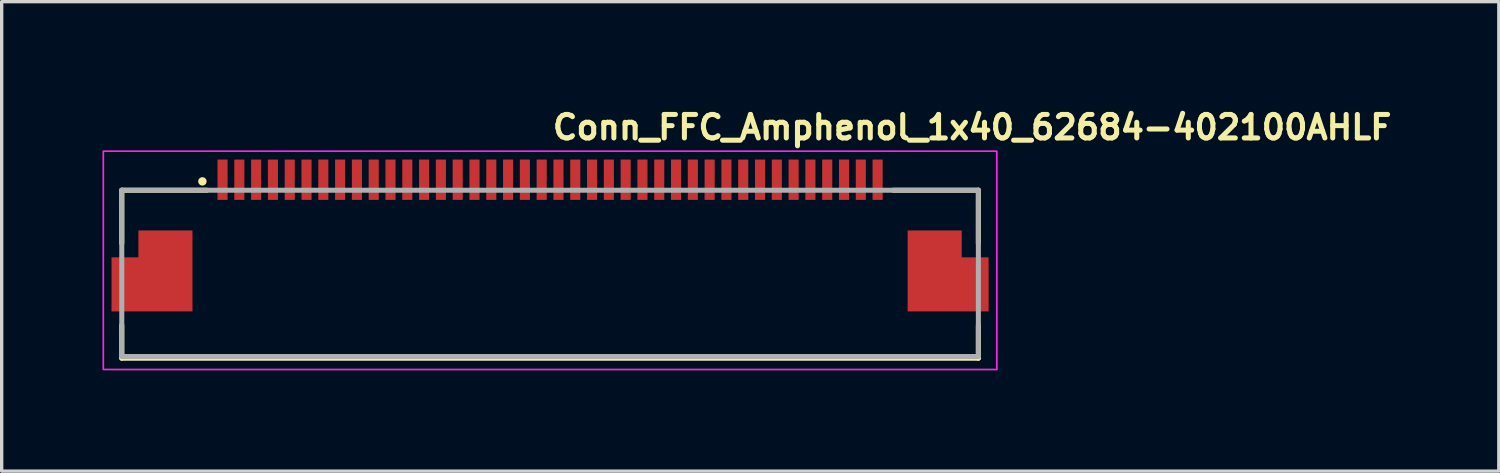
<source format=kicad_pcb>
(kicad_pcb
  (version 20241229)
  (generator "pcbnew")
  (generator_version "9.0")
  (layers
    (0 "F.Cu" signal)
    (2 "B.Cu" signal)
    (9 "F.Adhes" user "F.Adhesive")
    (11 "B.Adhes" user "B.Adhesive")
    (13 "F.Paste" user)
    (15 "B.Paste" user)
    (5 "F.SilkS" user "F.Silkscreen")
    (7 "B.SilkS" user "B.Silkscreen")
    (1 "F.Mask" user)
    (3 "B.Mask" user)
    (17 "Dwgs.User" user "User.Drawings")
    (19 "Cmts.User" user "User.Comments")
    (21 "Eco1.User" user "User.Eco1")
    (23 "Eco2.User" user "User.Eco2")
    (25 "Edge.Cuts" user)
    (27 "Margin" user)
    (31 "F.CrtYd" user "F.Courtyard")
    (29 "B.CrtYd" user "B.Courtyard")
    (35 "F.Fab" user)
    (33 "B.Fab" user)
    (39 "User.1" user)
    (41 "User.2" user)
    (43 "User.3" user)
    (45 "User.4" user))
  (footprint "Conn_FFC_Amphenol_1x40_62684-402100AHLF"
    (layer "F.Cu")
    (at 13.325 4.85)
    (property "Reference" "Conn_FFC_Amphenol_1x40_62684-402100AHLF" (at 0 -3.7 0) (layer "F.SilkS") (effects (font (size 0.7 0.7) (thickness 0.15)) (justify left bottom)))
    (attr smd)
    (fp_poly (pts (xy -10.55 -1.137) (xy -12.35 -1.137) (xy -12.35 -0.337) (xy -13.15 -0.337) (xy -13.15 1.463) (xy -10.55 1.463)) (stroke (width 0.01) (type solid)) (fill yes) (layer "F.Mask"))
    (fp_poly (pts (xy 10.55 -1.137) (xy 12.35 -1.137) (xy 12.35 -0.337) (xy 13.15 -0.337) (xy 13.15 1.463) (xy 10.55 1.463)) (stroke (width 0.01) (type solid)) (fill yes) (layer "F.Mask"))
    (fp_line (start -12.75 -2.237) (end -12.75 -0.657) (stroke (width 0.15) (type solid)) (layer "F.SilkS"))
    (fp_line (start -12.75 -2.237) (end -10.22 -2.237) (stroke (width 0.15) (type solid)) (layer "F.SilkS"))
    (fp_line (start -12.75 2.763) (end -12.75 1.783) (stroke (width 0.15) (type solid)) (layer "F.SilkS"))
    (fp_line (start 12.75 -2.237) (end 10.22 -2.237) (stroke (width 0.15) (type solid)) (layer "F.SilkS"))
    (fp_line (start 12.75 -0.657) (end 12.75 -2.237) (stroke (width 0.15) (type solid)) (layer "F.SilkS"))
    (fp_line (start 12.75 1.783) (end 12.75 2.763) (stroke (width 0.15) (type solid)) (layer "F.SilkS"))
    (fp_line (start 12.75 2.763) (end -12.75 2.763) (stroke (width 0.15) (type solid)) (layer "F.SilkS"))
    (fp_circle (center -10.35 -2.5) (end -10.3 -2.5) (stroke (width 0.15) (type solid)) (fill yes) (layer "F.SilkS"))
    (fp_poly (pts (xy -10.65 -1.037) (xy -12.25 -1.037) (xy -12.25 -0.237) (xy -13.05 -0.237) (xy -13.05 1.363) (xy -10.65 1.363)) (stroke (width 0.01) (type solid)) (fill yes) (layer "F.Paste"))
    (fp_poly (pts (xy 10.65 -1.037) (xy 12.25 -1.037) (xy 12.25 -0.237) (xy 13.05 -0.237) (xy 13.05 1.363) (xy 10.65 1.363)) (stroke (width 0.01) (type solid)) (fill yes) (layer "F.Paste"))
    (fp_rect (start -13.3 -3.4) (end 13.3 3.1) (stroke (width 0.05) (type solid)) (fill no) (layer "F.CrtYd"))
    (fp_line (start -12.75 -2.237) (end 12.75 -2.237) (stroke (width 0.15) (type solid)) (layer "F.Fab"))
    (fp_line (start -12.75 2.7) (end -12.75 -2.237) (stroke (width 0.15) (type solid)) (layer "F.Fab"))
    (fp_line (start 12.75 -2.237) (end 12.75 2.7) (stroke (width 0.15) (type solid)) (layer "F.Fab"))
    (fp_line (start 12.75 2.713) (end -12.75 2.713) (stroke (width 0.15) (type solid)) (layer "F.Fab"))
    (fp_rect (start -12.75 -2.8) (end 12.75 2.8) (stroke (width 0.1) (type solid)) (fill no) (layer "User.5"))
    (fp_line (start -12.75 0.1) (end -12.15 0.1) (stroke (width 0.02) (type solid)) (layer "User.9"))
    (fp_line (start -12.75 0.35) (end -12.75 0.1) (stroke (width 0.02) (type solid)) (layer "User.9"))
    (fp_line (start -12.75 0.85) (end -12.5 0.85) (stroke (width 0.02) (type solid)) (layer "User.9"))
    (fp_line (start -12.75 1.1) (end -12.75 0.85) (stroke (width 0.02) (type solid)) (layer "User.9"))
    (fp_line (start -12.75 1.8) (end -12.75 2.6) (stroke (width 0.02) (type solid)) (layer "User.9"))
    (fp_line (start -12.75 2.61) (end -12.75 2.6) (stroke (width 0.02) (type solid)) (layer "User.9"))
    (fp_line (start -12.749 2.62) (end -12.75 2.61) (stroke (width 0.02) (type solid)) (layer "User.9"))
    (fp_line (start -12.748 2.63) (end -12.749 2.62) (stroke (width 0.02) (type solid)) (layer "User.9"))
    (fp_line (start -12.746 2.64) (end -12.748 2.63) (stroke (width 0.02) (type solid)) (layer "User.9"))
    (fp_line (start -12.744 2.65) (end -12.746 2.64) (stroke (width 0.02) (type solid)) (layer "User.9"))
    (fp_line (start -12.741 2.659) (end -12.744 2.65) (stroke (width 0.02) (type solid)) (layer "User.9"))
    (fp_line (start -12.738 2.669) (end -12.741 2.659) (stroke (width 0.02) (type solid)) (layer "User.9"))
    (fp_line (start -12.734 2.678) (end -12.738 2.669) (stroke (width 0.02) (type solid)) (layer "User.9"))
    (fp_line (start -12.73 2.687) (end -12.734 2.678) (stroke (width 0.02) (type solid)) (layer "User.9"))
    (fp_line (start -12.726 2.695) (end -12.73 2.687) (stroke (width 0.02) (type solid)) (layer "User.9"))
    (fp_line (start -12.721 2.704) (end -12.726 2.695) (stroke (width 0.02) (type solid)) (layer "User.9"))
    (fp_line (start -12.716 2.712) (end -12.721 2.704) (stroke (width 0.02) (type solid)) (layer "User.9"))
    (fp_line (start -12.71 2.72) (end -12.716 2.712) (stroke (width 0.02) (type solid)) (layer "User.9"))
    (fp_line (start -12.704 2.727) (end -12.71 2.72) (stroke (width 0.02) (type solid)) (layer "User.9"))
    (fp_line (start -12.698 2.734) (end -12.704 2.727) (stroke (width 0.02) (type solid)) (layer "User.9"))
    (fp_line (start -12.691 2.741) (end -12.698 2.734) (stroke (width 0.02) (type solid)) (layer "User.9"))
    (fp_line (start -12.684 2.748) (end -12.691 2.741) (stroke (width 0.02) (type solid)) (layer "User.9"))
    (fp_line (start -12.677 2.754) (end -12.684 2.748) (stroke (width 0.02) (type solid)) (layer "User.9"))
    (fp_line (start -12.67 2.76) (end -12.677 2.754) (stroke (width 0.02) (type solid)) (layer "User.9"))
    (fp_line (start -12.662 2.766) (end -12.67 2.76) (stroke (width 0.02) (type solid)) (layer "User.9"))
    (fp_line (start -12.654 2.771) (end -12.662 2.766) (stroke (width 0.02) (type solid)) (layer "User.9"))
    (fp_line (start -12.645 2.776) (end -12.654 2.771) (stroke (width 0.02) (type solid)) (layer "User.9"))
    (fp_line (start -12.637 2.78) (end -12.645 2.776) (stroke (width 0.02) (type solid)) (layer "User.9"))
    (fp_line (start -12.628 2.784) (end -12.637 2.78) (stroke (width 0.02) (type solid)) (layer "User.9"))
    (fp_line (start -12.619 2.788) (end -12.628 2.784) (stroke (width 0.02) (type solid)) (layer "User.9"))
    (fp_line (start -12.609 2.791) (end -12.619 2.788) (stroke (width 0.02) (type solid)) (layer "User.9"))
    (fp_line (start -12.6 2.794) (end -12.609 2.791) (stroke (width 0.02) (type solid)) (layer "User.9"))
    (fp_line (start -12.59 2.796) (end -12.6 2.794) (stroke (width 0.02) (type solid)) (layer "User.9"))
    (fp_line (start -12.58 2.798) (end -12.59 2.796) (stroke (width 0.02) (type solid)) (layer "User.9"))
    (fp_line (start -12.57 2.799) (end -12.58 2.798) (stroke (width 0.02) (type solid)) (layer "User.9"))
    (fp_line (start -12.56 2.8) (end -12.57 2.799) (stroke (width 0.02) (type solid)) (layer "User.9"))
    (fp_line (start -12.55 1.8) (end -12.75 1.8) (stroke (width 0.02) (type solid)) (layer "User.9"))
    (fp_line (start -12.55 2.8) (end -12.56 2.8) (stroke (width 0.02) (type solid)) (layer "User.9"))
    (fp_line (start -12.55 2.8) (end -10.525 2.8) (stroke (width 0.02) (type solid)) (layer "User.9"))
    (fp_line (start -12.55 2.8) (end -10.525 2.8) (stroke (width 0.02) (type solid)) (layer "User.9"))
    (fp_line (start -12.5 0.35) (end -12.75 0.35) (stroke (width 0.02) (type solid)) (layer "User.9"))
    (fp_line (start -12.5 0.85) (end -12.5 0.35) (stroke (width 0.02) (type solid)) (layer "User.9"))
    (fp_line (start -12.217 1.1) (end -12.75 1.1) (stroke (width 0.02) (type solid)) (layer "User.9"))
    (fp_line (start -12.15 -2) (end -11.95 -2.2) (stroke (width 0.02) (type solid)) (layer "User.9"))
    (fp_line (start -12.15 0.245) (end -12.272 1.8) (stroke (width 0.02) (type solid)) (layer "User.9"))
    (fp_line (start -12.15 1.3) (end -12.15 -2) (stroke (width 0.02) (type solid)) (layer "User.9"))
    (fp_line (start -11.75 1.7) (end -12.15 1.3) (stroke (width 0.02) (type solid)) (layer "User.9"))
    (fp_line (start -11.466 1.709) (end -11.479 1.7) (stroke (width 0.02) (type solid)) (layer "User.9"))
    (fp_line (start -11.453 1.718) (end -11.466 1.709) (stroke (width 0.02) (type solid)) (layer "User.9"))
    (fp_line (start -11.439 1.726) (end -11.453 1.718) (stroke (width 0.02) (type solid)) (layer "User.9"))
    (fp_line (start -11.426 1.734) (end -11.439 1.726) (stroke (width 0.02) (type solid)) (layer "User.9"))
    (fp_line (start -11.412 1.742) (end -11.426 1.734) (stroke (width 0.02) (type solid)) (layer "User.9"))
    (fp_line (start -11.398 1.749) (end -11.412 1.742) (stroke (width 0.02) (type solid)) (layer "User.9"))
    (fp_line (start -11.384 1.756) (end -11.398 1.749) (stroke (width 0.02) (type solid)) (layer "User.9"))
    (fp_line (start -11.37 1.762) (end -11.384 1.756) (stroke (width 0.02) (type solid)) (layer "User.9"))
    (fp_line (start -11.355 1.768) (end -11.37 1.762) (stroke (width 0.02) (type solid)) (layer "User.9"))
    (fp_line (start -11.34 1.774) (end -11.383 1.7) (stroke (width 0.02) (type solid)) (layer "User.9"))
    (fp_line (start -11.34 1.774) (end -11.355 1.768) (stroke (width 0.02) (type solid)) (layer "User.9"))
    (fp_line (start -11.326 1.779) (end -11.34 1.774) (stroke (width 0.02) (type solid)) (layer "User.9"))
    (fp_line (start -11.311 1.784) (end -11.326 1.779) (stroke (width 0.02) (type solid)) (layer "User.9"))
    (fp_line (start -11.296 1.789) (end -11.311 1.784) (stroke (width 0.02) (type solid)) (layer "User.9"))
    (fp_line (start -11.281 1.793) (end -11.296 1.789) (stroke (width 0.02) (type solid)) (layer "User.9"))
    (fp_line (start -11.265 1.797) (end -11.281 1.793) (stroke (width 0.02) (type solid)) (layer "User.9"))
    (fp_line (start -11.25 1.8) (end -11.265 1.797) (stroke (width 0.02) (type solid)) (layer "User.9"))
    (fp_line (start -11.025 1.8) (end -11.025 1.7) (stroke (width 0.02) (type solid)) (layer "User.9"))
    (fp_line (start -10.525 2.8) (end -10.325 2.8) (stroke (width 0.02) (type solid)) (layer "User.9"))
    (fp_line (start -10.516 2.8) (end -10.525 2.8) (stroke (width 0.02) (type solid)) (layer "User.9"))
    (fp_line (start -10.507 2.799) (end -10.516 2.8) (stroke (width 0.02) (type solid)) (layer "User.9"))
    (fp_line (start -10.498 2.798) (end -10.507 2.799) (stroke (width 0.02) (type solid)) (layer "User.9"))
    (fp_line (start -10.489 2.797) (end -10.498 2.798) (stroke (width 0.02) (type solid)) (layer "User.9"))
    (fp_line (start -10.479 2.795) (end -10.489 2.797) (stroke (width 0.02) (type solid)) (layer "User.9"))
    (fp_line (start -10.47 2.792) (end -10.479 2.795) (stroke (width 0.02) (type solid)) (layer "User.9"))
    (fp_line (start -10.461 2.789) (end -10.47 2.792) (stroke (width 0.02) (type solid)) (layer "User.9"))
    (fp_line (start -10.451 2.786) (end -10.461 2.789) (stroke (width 0.02) (type solid)) (layer "User.9"))
    (fp_line (start -10.442 2.782) (end -10.451 2.786) (stroke (width 0.02) (type solid)) (layer "User.9"))
    (fp_line (start -10.433 2.778) (end -10.442 2.782) (stroke (width 0.02) (type solid)) (layer "User.9"))
    (fp_line (start -10.424 2.773) (end -10.433 2.778) (stroke (width 0.02) (type solid)) (layer "User.9"))
    (fp_line (start -10.416 2.767) (end -10.424 2.773) (stroke (width 0.02) (type solid)) (layer "User.9"))
    (fp_line (start -10.407 2.762) (end -10.416 2.767) (stroke (width 0.02) (type solid)) (layer "User.9"))
    (fp_line (start -10.399 2.755) (end -10.407 2.762) (stroke (width 0.02) (type solid)) (layer "User.9"))
    (fp_line (start -10.391 2.749) (end -10.399 2.755) (stroke (width 0.02) (type solid)) (layer "User.9"))
    (fp_line (start -10.384 2.741) (end -10.391 2.749) (stroke (width 0.02) (type solid)) (layer "User.9"))
    (fp_line (start -10.384 2.741) (end -10.384 2.741) (stroke (width 0.02) (type solid)) (layer "User.9"))
    (fp_line (start -10.376 2.734) (end -10.384 2.741) (stroke (width 0.02) (type solid)) (layer "User.9"))
    (fp_line (start -10.37 2.726) (end -10.376 2.734) (stroke (width 0.02) (type solid)) (layer "User.9"))
    (fp_line (start -10.363 2.718) (end -10.37 2.726) (stroke (width 0.02) (type solid)) (layer "User.9"))
    (fp_line (start -10.358 2.709) (end -10.363 2.718) (stroke (width 0.02) (type solid)) (layer "User.9"))
    (fp_line (start -10.352 2.701) (end -10.358 2.709) (stroke (width 0.02) (type solid)) (layer "User.9"))
    (fp_line (start -10.347 2.692) (end -10.352 2.701) (stroke (width 0.02) (type solid)) (layer "User.9"))
    (fp_line (start -10.343 2.683) (end -10.347 2.692) (stroke (width 0.02) (type solid)) (layer "User.9"))
    (fp_line (start -10.339 2.674) (end -10.343 2.683) (stroke (width 0.02) (type solid)) (layer "User.9"))
    (fp_line (start -10.336 2.664) (end -10.339 2.674) (stroke (width 0.02) (type solid)) (layer "User.9"))
    (fp_line (start -10.333 2.655) (end -10.336 2.664) (stroke (width 0.02) (type solid)) (layer "User.9"))
    (fp_line (start -10.33 2.646) (end -10.333 2.655) (stroke (width 0.02) (type solid)) (layer "User.9"))
    (fp_line (start -10.328 2.636) (end -10.33 2.646) (stroke (width 0.02) (type solid)) (layer "User.9"))
    (fp_line (start -10.327 2.627) (end -10.328 2.636) (stroke (width 0.02) (type solid)) (layer "User.9"))
    (fp_line (start -10.326 2.618) (end -10.327 2.627) (stroke (width 0.02) (type solid)) (layer "User.9"))
    (fp_line (start -10.325 1.7) (end -11.75 1.7) (stroke (width 0.02) (type solid)) (layer "User.9"))
    (fp_line (start -10.325 1.8) (end -12.55 1.8) (stroke (width 0.02) (type solid)) (layer "User.9"))
    (fp_line (start -10.325 2.6) (end -10.325 2.609) (stroke (width 0.02) (type solid)) (layer "User.9"))
    (fp_line (start -10.325 2.609) (end -10.326 2.618) (stroke (width 0.02) (type solid)) (layer "User.9"))
    (fp_line (start -10.325 2.8) (end -10.325 1.7) (stroke (width 0.02) (type solid)) (layer "User.9"))
    (fp_line (start -10.325 2.8) (end 10.325 2.8) (stroke (width 0.02) (type solid)) (layer "User.9"))
    (fp_line (start -9.85 -2.8) (end -9.85 -2.3) (stroke (width 0.02) (type solid)) (layer "User.9"))
    (fp_line (start -9.85 -2.3) (end -9.85 -2.2) (stroke (width 0.02) (type solid)) (layer "User.9"))
    (fp_line (start -9.65 -2.8) (end -9.85 -2.8) (stroke (width 0.02) (type solid)) (layer "User.9"))
    (fp_line (start -9.65 -2.8) (end -9.65 -2.3) (stroke (width 0.02) (type solid)) (layer "User.9"))
    (fp_line (start -9.65 -2.3) (end -9.85 -2.3) (stroke (width 0.02) (type solid)) (layer "User.9"))
    (fp_line (start -9.65 -2.3) (end -9.65 -2.2) (stroke (width 0.02) (type solid)) (layer "User.9"))
    (fp_line (start -9.35 -2.8) (end -9.35 -2.3) (stroke (width 0.02) (type solid)) (layer "User.9"))
    (fp_line (start -9.35 -2.3) (end -9.35 -2.2) (stroke (width 0.02) (type solid)) (layer "User.9"))
    (fp_line (start -9.15 -2.8) (end -9.35 -2.8) (stroke (width 0.02) (type solid)) (layer "User.9"))
    (fp_line (start -9.15 -2.8) (end -9.15 -2.3) (stroke (width 0.02) (type solid)) (layer "User.9"))
    (fp_line (start -9.15 -2.3) (end -9.35 -2.3) (stroke (width 0.02) (type solid)) (layer "User.9"))
    (fp_line (start -9.15 -2.3) (end -9.15 -2.2) (stroke (width 0.02) (type solid)) (layer "User.9"))
    (fp_line (start -8.85 -2.8) (end -8.85 -2.3) (stroke (width 0.02) (type solid)) (layer "User.9"))
    (fp_line (start -8.85 -2.3) (end -8.85 -2.2) (stroke (width 0.02) (type solid)) (layer "User.9"))
    (fp_line (start -8.65 -2.8) (end -8.85 -2.8) (stroke (width 0.02) (type solid)) (layer "User.9"))
    (fp_line (start -8.65 -2.8) (end -8.65 -2.3) (stroke (width 0.02) (type solid)) (layer "User.9"))
    (fp_line (start -8.65 -2.3) (end -8.85 -2.3) (stroke (width 0.02) (type solid)) (layer "User.9"))
    (fp_line (start -8.65 -2.3) (end -8.65 -2.2) (stroke (width 0.02) (type solid)) (layer "User.9"))
    (fp_line (start -8.35 -2.8) (end -8.35 -2.3) (stroke (width 0.02) (type solid)) (layer "User.9"))
    (fp_line (start -8.35 -2.3) (end -8.35 -2.2) (stroke (width 0.02) (type solid)) (layer "User.9"))
    (fp_line (start -8.15 -2.8) (end -8.35 -2.8) (stroke (width 0.02) (type solid)) (layer "User.9"))
    (fp_line (start -8.15 -2.8) (end -8.15 -2.3) (stroke (width 0.02) (type solid)) (layer "User.9"))
    (fp_line (start -8.15 -2.3) (end -8.35 -2.3) (stroke (width 0.02) (type solid)) (layer "User.9"))
    (fp_line (start -8.15 -2.3) (end -8.15 -2.2) (stroke (width 0.02) (type solid)) (layer "User.9"))
    (fp_line (start -7.85 -2.8) (end -7.85 -2.3) (stroke (width 0.02) (type solid)) (layer "User.9"))
    (fp_line (start -7.85 -2.3) (end -7.85 -2.2) (stroke (width 0.02) (type solid)) (layer "User.9"))
    (fp_line (start -7.65 -2.8) (end -7.85 -2.8) (stroke (width 0.02) (type solid)) (layer "User.9"))
    (fp_line (start -7.65 -2.8) (end -7.65 -2.3) (stroke (width 0.02) (type solid)) (layer "User.9"))
    (fp_line (start -7.65 -2.3) (end -7.85 -2.3) (stroke (width 0.02) (type solid)) (layer "User.9"))
    (fp_line (start -7.65 -2.3) (end -7.65 -2.2) (stroke (width 0.02) (type solid)) (layer "User.9"))
    (fp_line (start -7.35 -2.8) (end -7.35 -2.3) (stroke (width 0.02) (type solid)) (layer "User.9"))
    (fp_line (start -7.35 -2.3) (end -7.35 -2.2) (stroke (width 0.02) (type solid)) (layer "User.9"))
    (fp_line (start -7.15 -2.8) (end -7.35 -2.8) (stroke (width 0.02) (type solid)) (layer "User.9"))
    (fp_line (start -7.15 -2.8) (end -7.15 -2.3) (stroke (width 0.02) (type solid)) (layer "User.9"))
    (fp_line (start -7.15 -2.3) (end -7.35 -2.3) (stroke (width 0.02) (type solid)) (layer "User.9"))
    (fp_line (start -7.15 -2.3) (end -7.15 -2.2) (stroke (width 0.02) (type solid)) (layer "User.9"))
    (fp_line (start -6.85 -2.8) (end -6.85 -2.3) (stroke (width 0.02) (type solid)) (layer "User.9"))
    (fp_line (start -6.85 -2.3) (end -6.85 -2.2) (stroke (width 0.02) (type solid)) (layer "User.9"))
    (fp_line (start -6.65 -2.8) (end -6.85 -2.8) (stroke (width 0.02) (type solid)) (layer "User.9"))
    (fp_line (start -6.65 -2.8) (end -6.65 -2.3) (stroke (width 0.02) (type solid)) (layer "User.9"))
    (fp_line (start -6.65 -2.3) (end -6.85 -2.3) (stroke (width 0.02) (type solid)) (layer "User.9"))
    (fp_line (start -6.65 -2.3) (end -6.65 -2.2) (stroke (width 0.02) (type solid)) (layer "User.9"))
    (fp_line (start -6.35 -2.8) (end -6.35 -2.3) (stroke (width 0.02) (type solid)) (layer "User.9"))
    (fp_line (start -6.35 -2.3) (end -6.35 -2.2) (stroke (width 0.02) (type solid)) (layer "User.9"))
    (fp_line (start -6.15 -2.8) (end -6.35 -2.8) (stroke (width 0.02) (type solid)) (layer "User.9"))
    (fp_line (start -6.15 -2.8) (end -6.15 -2.3) (stroke (width 0.02) (type solid)) (layer "User.9"))
    (fp_line (start -6.15 -2.3) (end -6.35 -2.3) (stroke (width 0.02) (type solid)) (layer "User.9"))
    (fp_line (start -6.15 -2.3) (end -6.15 -2.2) (stroke (width 0.02) (type solid)) (layer "User.9"))
    (fp_line (start -5.85 -2.8) (end -5.85 -2.3) (stroke (width 0.02) (type solid)) (layer "User.9"))
    (fp_line (start -5.85 -2.3) (end -5.85 -2.2) (stroke (width 0.02) (type solid)) (layer "User.9"))
    (fp_line (start -5.65 -2.8) (end -5.85 -2.8) (stroke (width 0.02) (type solid)) (layer "User.9"))
    (fp_line (start -5.65 -2.8) (end -5.65 -2.3) (stroke (width 0.02) (type solid)) (layer "User.9"))
    (fp_line (start -5.65 -2.3) (end -5.85 -2.3) (stroke (width 0.02) (type solid)) (layer "User.9"))
    (fp_line (start -5.65 -2.3) (end -5.65 -2.2) (stroke (width 0.02) (type solid)) (layer "User.9"))
    (fp_line (start -5.35 -2.8) (end -5.35 -2.3) (stroke (width 0.02) (type solid)) (layer "User.9"))
    (fp_line (start -5.35 -2.3) (end -5.35 -2.2) (stroke (width 0.02) (type solid)) (layer "User.9"))
    (fp_line (start -5.15 -2.8) (end -5.35 -2.8) (stroke (width 0.02) (type solid)) (layer "User.9"))
    (fp_line (start -5.15 -2.8) (end -5.15 -2.3) (stroke (width 0.02) (type solid)) (layer "User.9"))
    (fp_line (start -5.15 -2.3) (end -5.35 -2.3) (stroke (width 0.02) (type solid)) (layer "User.9"))
    (fp_line (start -5.15 -2.3) (end -5.15 -2.2) (stroke (width 0.02) (type solid)) (layer "User.9"))
    (fp_line (start -4.85 -2.8) (end -4.85 -2.3) (stroke (width 0.02) (type solid)) (layer "User.9"))
    (fp_line (start -4.85 -2.3) (end -4.85 -2.2) (stroke (width 0.02) (type solid)) (layer "User.9"))
    (fp_line (start -4.65 -2.8) (end -4.85 -2.8) (stroke (width 0.02) (type solid)) (layer "User.9"))
    (fp_line (start -4.65 -2.8) (end -4.65 -2.3) (stroke (width 0.02) (type solid)) (layer "User.9"))
    (fp_line (start -4.65 -2.3) (end -4.85 -2.3) (stroke (width 0.02) (type solid)) (layer "User.9"))
    (fp_line (start -4.65 -2.3) (end -4.65 -2.2) (stroke (width 0.02) (type solid)) (layer "User.9"))
    (fp_line (start -4.35 -2.8) (end -4.35 -2.3) (stroke (width 0.02) (type solid)) (layer "User.9"))
    (fp_line (start -4.35 -2.3) (end -4.35 -2.2) (stroke (width 0.02) (type solid)) (layer "User.9"))
    (fp_line (start -4.15 -2.8) (end -4.35 -2.8) (stroke (width 0.02) (type solid)) (layer "User.9"))
    (fp_line (start -4.15 -2.8) (end -4.15 -2.3) (stroke (width 0.02) (type solid)) (layer "User.9"))
    (fp_line (start -4.15 -2.3) (end -4.35 -2.3) (stroke (width 0.02) (type solid)) (layer "User.9"))
    (fp_line (start -4.15 -2.3) (end -4.15 -2.2) (stroke (width 0.02) (type solid)) (layer "User.9"))
    (fp_line (start -3.85 -2.8) (end -3.85 -2.3) (stroke (width 0.02) (type solid)) (layer "User.9"))
    (fp_line (start -3.85 -2.3) (end -3.85 -2.2) (stroke (width 0.02) (type solid)) (layer "User.9"))
    (fp_line (start -3.65 -2.8) (end -3.85 -2.8) (stroke (width 0.02) (type solid)) (layer "User.9"))
    (fp_line (start -3.65 -2.8) (end -3.65 -2.3) (stroke (width 0.02) (type solid)) (layer "User.9"))
    (fp_line (start -3.65 -2.3) (end -3.85 -2.3) (stroke (width 0.02) (type solid)) (layer "User.9"))
    (fp_line (start -3.65 -2.3) (end -3.65 -2.2) (stroke (width 0.02) (type solid)) (layer "User.9"))
    (fp_line (start -3.35 -2.8) (end -3.35 -2.3) (stroke (width 0.02) (type solid)) (layer "User.9"))
    (fp_line (start -3.35 -2.3) (end -3.35 -2.2) (stroke (width 0.02) (type solid)) (layer "User.9"))
    (fp_line (start -3.15 -2.8) (end -3.35 -2.8) (stroke (width 0.02) (type solid)) (layer "User.9"))
    (fp_line (start -3.15 -2.8) (end -3.15 -2.3) (stroke (width 0.02) (type solid)) (layer "User.9"))
    (fp_line (start -3.15 -2.3) (end -3.35 -2.3) (stroke (width 0.02) (type solid)) (layer "User.9"))
    (fp_line (start -3.15 -2.3) (end -3.15 -2.2) (stroke (width 0.02) (type solid)) (layer "User.9"))
    (fp_line (start -2.85 -2.8) (end -2.85 -2.3) (stroke (width 0.02) (type solid)) (layer "User.9"))
    (fp_line (start -2.85 -2.3) (end -2.85 -2.2) (stroke (width 0.02) (type solid)) (layer "User.9"))
    (fp_line (start -2.65 -2.8) (end -2.85 -2.8) (stroke (width 0.02) (type solid)) (layer "User.9"))
    (fp_line (start -2.65 -2.8) (end -2.65 -2.3) (stroke (width 0.02) (type solid)) (layer "User.9"))
    (fp_line (start -2.65 -2.3) (end -2.85 -2.3) (stroke (width 0.02) (type solid)) (layer "User.9"))
    (fp_line (start -2.65 -2.3) (end -2.65 -2.2) (stroke (width 0.02) (type solid)) (layer "User.9"))
    (fp_line (start -2.35 -2.8) (end -2.35 -2.3) (stroke (width 0.02) (type solid)) (layer "User.9"))
    (fp_line (start -2.35 -2.3) (end -2.35 -2.2) (stroke (width 0.02) (type solid)) (layer "User.9"))
    (fp_line (start -2.15 -2.8) (end -2.35 -2.8) (stroke (width 0.02) (type solid)) (layer "User.9"))
    (fp_line (start -2.15 -2.8) (end -2.15 -2.3) (stroke (width 0.02) (type solid)) (layer "User.9"))
    (fp_line (start -2.15 -2.3) (end -2.35 -2.3) (stroke (width 0.02) (type solid)) (layer "User.9"))
    (fp_line (start -2.15 -2.3) (end -2.15 -2.2) (stroke (width 0.02) (type solid)) (layer "User.9"))
    (fp_line (start -1.85 -2.8) (end -1.85 -2.3) (stroke (width 0.02) (type solid)) (layer "User.9"))
    (fp_line (start -1.85 -2.3) (end -1.85 -2.2) (stroke (width 0.02) (type solid)) (layer "User.9"))
    (fp_line (start -1.65 -2.8) (end -1.85 -2.8) (stroke (width 0.02) (type solid)) (layer "User.9"))
    (fp_line (start -1.65 -2.8) (end -1.65 -2.3) (stroke (width 0.02) (type solid)) (layer "User.9"))
    (fp_line (start -1.65 -2.3) (end -1.85 -2.3) (stroke (width 0.02) (type solid)) (layer "User.9"))
    (fp_line (start -1.65 -2.3) (end -1.65 -2.2) (stroke (width 0.02) (type solid)) (layer "User.9"))
    (fp_line (start -1.35 -2.8) (end -1.35 -2.3) (stroke (width 0.02) (type solid)) (layer "User.9"))
    (fp_line (start -1.35 -2.3) (end -1.35 -2.2) (stroke (width 0.02) (type solid)) (layer "User.9"))
    (fp_line (start -1.15 -2.8) (end -1.35 -2.8) (stroke (width 0.02) (type solid)) (layer "User.9"))
    (fp_line (start -1.15 -2.8) (end -1.15 -2.3) (stroke (width 0.02) (type solid)) (layer "User.9"))
    (fp_line (start -1.15 -2.3) (end -1.35 -2.3) (stroke (width 0.02) (type solid)) (layer "User.9"))
    (fp_line (start -1.15 -2.3) (end -1.15 -2.2) (stroke (width 0.02) (type solid)) (layer "User.9"))
    (fp_line (start -0.85 -2.8) (end -0.85 -2.3) (stroke (width 0.02) (type solid)) (layer "User.9"))
    (fp_line (start -0.85 -2.3) (end -0.85 -2.2) (stroke (width 0.02) (type solid)) (layer "User.9"))
    (fp_line (start -0.65 -2.8) (end -0.85 -2.8) (stroke (width 0.02) (type solid)) (layer "User.9"))
    (fp_line (start -0.65 -2.8) (end -0.65 -2.3) (stroke (width 0.02) (type solid)) (layer "User.9"))
    (fp_line (start -0.65 -2.3) (end -0.85 -2.3) (stroke (width 0.02) (type solid)) (layer "User.9"))
    (fp_line (start -0.65 -2.3) (end -0.65 -2.2) (stroke (width 0.02) (type solid)) (layer "User.9"))
    (fp_line (start -0.35 -2.8) (end -0.35 -2.3) (stroke (width 0.02) (type solid)) (layer "User.9"))
    (fp_line (start -0.35 -2.3) (end -0.35 -2.2) (stroke (width 0.02) (type solid)) (layer "User.9"))
    (fp_line (start -0.15 -2.8) (end -0.35 -2.8) (stroke (width 0.02) (type solid)) (layer "User.9"))
    (fp_line (start -0.15 -2.8) (end -0.15 -2.3) (stroke (width 0.02) (type solid)) (layer "User.9"))
    (fp_line (start -0.15 -2.3) (end -0.35 -2.3) (stroke (width 0.02) (type solid)) (layer "User.9"))
    (fp_line (start -0.15 -2.3) (end -0.15 -2.2) (stroke (width 0.02) (type solid)) (layer "User.9"))
    (fp_line (start 0.15 -2.8) (end 0.15 -2.3) (stroke (width 0.02) (type solid)) (layer "User.9"))
    (fp_line (start 0.15 -2.3) (end 0.15 -2.2) (stroke (width 0.02) (type solid)) (layer "User.9"))
    (fp_line (start 0.35 -2.8) (end 0.15 -2.8) (stroke (width 0.02) (type solid)) (layer "User.9"))
    (fp_line (start 0.35 -2.8) (end 0.35 -2.3) (stroke (width 0.02) (type solid)) (layer "User.9"))
    (fp_line (start 0.35 -2.3) (end 0.15 -2.3) (stroke (width 0.02) (type solid)) (layer "User.9"))
    (fp_line (start 0.35 -2.3) (end 0.35 -2.2) (stroke (width 0.02) (type solid)) (layer "User.9"))
    (fp_line (start 0.65 -2.8) (end 0.65 -2.3) (stroke (width 0.02) (type solid)) (layer "User.9"))
    (fp_line (start 0.65 -2.3) (end 0.65 -2.2) (stroke (width 0.02) (type solid)) (layer "User.9"))
    (fp_line (start 0.85 -2.8) (end 0.65 -2.8) (stroke (width 0.02) (type solid)) (layer "User.9"))
    (fp_line (start 0.85 -2.8) (end 0.85 -2.3) (stroke (width 0.02) (type solid)) (layer "User.9"))
    (fp_line (start 0.85 -2.3) (end 0.65 -2.3) (stroke (width 0.02) (type solid)) (layer "User.9"))
    (fp_line (start 0.85 -2.3) (end 0.85 -2.2) (stroke (width 0.02) (type solid)) (layer "User.9"))
    (fp_line (start 1.15 -2.8) (end 1.15 -2.3) (stroke (width 0.02) (type solid)) (layer "User.9"))
    (fp_line (start 1.15 -2.3) (end 1.15 -2.2) (stroke (width 0.02) (type solid)) (layer "User.9"))
    (fp_line (start 1.35 -2.8) (end 1.15 -2.8) (stroke (width 0.02) (type solid)) (layer "User.9"))
    (fp_line (start 1.35 -2.8) (end 1.35 -2.3) (stroke (width 0.02) (type solid)) (layer "User.9"))
    (fp_line (start 1.35 -2.3) (end 1.15 -2.3) (stroke (width 0.02) (type solid)) (layer "User.9"))
    (fp_line (start 1.35 -2.3) (end 1.35 -2.2) (stroke (width 0.02) (type solid)) (layer "User.9"))
    (fp_line (start 1.65 -2.8) (end 1.65 -2.3) (stroke (width 0.02) (type solid)) (layer "User.9"))
    (fp_line (start 1.65 -2.3) (end 1.65 -2.2) (stroke (width 0.02) (type solid)) (layer "User.9"))
    (fp_line (start 1.85 -2.8) (end 1.65 -2.8) (stroke (width 0.02) (type solid)) (layer "User.9"))
    (fp_line (start 1.85 -2.8) (end 1.85 -2.3) (stroke (width 0.02) (type solid)) (layer "User.9"))
    (fp_line (start 1.85 -2.3) (end 1.65 -2.3) (stroke (width 0.02) (type solid)) (layer "User.9"))
    (fp_line (start 1.85 -2.3) (end 1.85 -2.2) (stroke (width 0.02) (type solid)) (layer "User.9"))
    (fp_line (start 2.15 -2.8) (end 2.15 -2.3) (stroke (width 0.02) (type solid)) (layer "User.9"))
    (fp_line (start 2.15 -2.3) (end 2.15 -2.2) (stroke (width 0.02) (type solid)) (layer "User.9"))
    (fp_line (start 2.35 -2.8) (end 2.15 -2.8) (stroke (width 0.02) (type solid)) (layer "User.9"))
    (fp_line (start 2.35 -2.8) (end 2.35 -2.3) (stroke (width 0.02) (type solid)) (layer "User.9"))
    (fp_line (start 2.35 -2.3) (end 2.15 -2.3) (stroke (width 0.02) (type solid)) (layer "User.9"))
    (fp_line (start 2.35 -2.3) (end 2.35 -2.2) (stroke (width 0.02) (type solid)) (layer "User.9"))
    (fp_line (start 2.65 -2.8) (end 2.65 -2.3) (stroke (width 0.02) (type solid)) (layer "User.9"))
    (fp_line (start 2.65 -2.3) (end 2.65 -2.2) (stroke (width 0.02) (type solid)) (layer "User.9"))
    (fp_line (start 2.85 -2.8) (end 2.65 -2.8) (stroke (width 0.02) (type solid)) (layer "User.9"))
    (fp_line (start 2.85 -2.8) (end 2.85 -2.3) (stroke (width 0.02) (type solid)) (layer "User.9"))
    (fp_line (start 2.85 -2.3) (end 2.65 -2.3) (stroke (width 0.02) (type solid)) (layer "User.9"))
    (fp_line (start 2.85 -2.3) (end 2.85 -2.2) (stroke (width 0.02) (type solid)) (layer "User.9"))
    (fp_line (start 3.15 -2.8) (end 3.15 -2.3) (stroke (width 0.02) (type solid)) (layer "User.9"))
    (fp_line (start 3.15 -2.3) (end 3.15 -2.2) (stroke (width 0.02) (type solid)) (layer "User.9"))
    (fp_line (start 3.35 -2.8) (end 3.15 -2.8) (stroke (width 0.02) (type solid)) (layer "User.9"))
    (fp_line (start 3.35 -2.8) (end 3.35 -2.3) (stroke (width 0.02) (type solid)) (layer "User.9"))
    (fp_line (start 3.35 -2.3) (end 3.15 -2.3) (stroke (width 0.02) (type solid)) (layer "User.9"))
    (fp_line (start 3.35 -2.3) (end 3.35 -2.2) (stroke (width 0.02) (type solid)) (layer "User.9"))
    (fp_line (start 3.65 -2.8) (end 3.65 -2.3) (stroke (width 0.02) (type solid)) (layer "User.9"))
    (fp_line (start 3.65 -2.3) (end 3.65 -2.2) (stroke (width 0.02) (type solid)) (layer "User.9"))
    (fp_line (start 3.85 -2.8) (end 3.65 -2.8) (stroke (width 0.02) (type solid)) (layer "User.9"))
    (fp_line (start 3.85 -2.8) (end 3.85 -2.3) (stroke (width 0.02) (type solid)) (layer "User.9"))
    (fp_line (start 3.85 -2.3) (end 3.65 -2.3) (stroke (width 0.02) (type solid)) (layer "User.9"))
    (fp_line (start 3.85 -2.3) (end 3.85 -2.2) (stroke (width 0.02) (type solid)) (layer "User.9"))
    (fp_line (start 4.15 -2.8) (end 4.15 -2.3) (stroke (width 0.02) (type solid)) (layer "User.9"))
    (fp_line (start 4.15 -2.3) (end 4.15 -2.2) (stroke (width 0.02) (type solid)) (layer "User.9"))
    (fp_line (start 4.35 -2.8) (end 4.15 -2.8) (stroke (width 0.02) (type solid)) (layer "User.9"))
    (fp_line (start 4.35 -2.8) (end 4.35 -2.3) (stroke (width 0.02) (type solid)) (layer "User.9"))
    (fp_line (start 4.35 -2.3) (end 4.15 -2.3) (stroke (width 0.02) (type solid)) (layer "User.9"))
    (fp_line (start 4.35 -2.3) (end 4.35 -2.2) (stroke (width 0.02) (type solid)) (layer "User.9"))
    (fp_line (start 4.65 -2.8) (end 4.65 -2.3) (stroke (width 0.02) (type solid)) (layer "User.9"))
    (fp_line (start 4.65 -2.3) (end 4.65 -2.2) (stroke (width 0.02) (type solid)) (layer "User.9"))
    (fp_line (start 4.85 -2.8) (end 4.65 -2.8) (stroke (width 0.02) (type solid)) (layer "User.9"))
    (fp_line (start 4.85 -2.8) (end 4.85 -2.3) (stroke (width 0.02) (type solid)) (layer "User.9"))
    (fp_line (start 4.85 -2.3) (end 4.65 -2.3) (stroke (width 0.02) (type solid)) (layer "User.9"))
    (fp_line (start 4.85 -2.3) (end 4.85 -2.2) (stroke (width 0.02) (type solid)) (layer "User.9"))
    (fp_line (start 5.15 -2.8) (end 5.15 -2.3) (stroke (width 0.02) (type solid)) (layer "User.9"))
    (fp_line (start 5.15 -2.3) (end 5.15 -2.2) (stroke (width 0.02) (type solid)) (layer "User.9"))
    (fp_line (start 5.35 -2.8) (end 5.15 -2.8) (stroke (width 0.02) (type solid)) (layer "User.9"))
    (fp_line (start 5.35 -2.8) (end 5.35 -2.3) (stroke (width 0.02) (type solid)) (layer "User.9"))
    (fp_line (start 5.35 -2.3) (end 5.15 -2.3) (stroke (width 0.02) (type solid)) (layer "User.9"))
    (fp_line (start 5.35 -2.3) (end 5.35 -2.2) (stroke (width 0.02) (type solid)) (layer "User.9"))
    (fp_line (start 5.65 -2.8) (end 5.65 -2.3) (stroke (width 0.02) (type solid)) (layer "User.9"))
    (fp_line (start 5.65 -2.3) (end 5.65 -2.2) (stroke (width 0.02) (type solid)) (layer "User.9"))
    (fp_line (start 5.85 -2.8) (end 5.65 -2.8) (stroke (width 0.02) (type solid)) (layer "User.9"))
    (fp_line (start 5.85 -2.8) (end 5.85 -2.3) (stroke (width 0.02) (type solid)) (layer "User.9"))
    (fp_line (start 5.85 -2.3) (end 5.65 -2.3) (stroke (width 0.02) (type solid)) (layer "User.9"))
    (fp_line (start 5.85 -2.3) (end 5.85 -2.2) (stroke (width 0.02) (type solid)) (layer "User.9"))
    (fp_line (start 6.15 -2.8) (end 6.15 -2.3) (stroke (width 0.02) (type solid)) (layer "User.9"))
    (fp_line (start 6.15 -2.3) (end 6.15 -2.2) (stroke (width 0.02) (type solid)) (layer "User.9"))
    (fp_line (start 6.35 -2.8) (end 6.15 -2.8) (stroke (width 0.02) (type solid)) (layer "User.9"))
    (fp_line (start 6.35 -2.8) (end 6.35 -2.3) (stroke (width 0.02) (type solid)) (layer "User.9"))
    (fp_line (start 6.35 -2.3) (end 6.15 -2.3) (stroke (width 0.02) (type solid)) (layer "User.9"))
    (fp_line (start 6.35 -2.3) (end 6.35 -2.2) (stroke (width 0.02) (type solid)) (layer "User.9"))
    (fp_line (start 6.65 -2.8) (end 6.65 -2.3) (stroke (width 0.02) (type solid)) (layer "User.9"))
    (fp_line (start 6.65 -2.3) (end 6.65 -2.2) (stroke (width 0.02) (type solid)) (layer "User.9"))
    (fp_line (start 6.85 -2.8) (end 6.65 -2.8) (stroke (width 0.02) (type solid)) (layer "User.9"))
    (fp_line (start 6.85 -2.8) (end 6.85 -2.3) (stroke (width 0.02) (type solid)) (layer "User.9"))
    (fp_line (start 6.85 -2.3) (end 6.65 -2.3) (stroke (width 0.02) (type solid)) (layer "User.9"))
    (fp_line (start 6.85 -2.3) (end 6.85 -2.2) (stroke (width 0.02) (type solid)) (layer "User.9"))
    (fp_line (start 7.15 -2.8) (end 7.15 -2.3) (stroke (width 0.02) (type solid)) (layer "User.9"))
    (fp_line (start 7.15 -2.3) (end 7.15 -2.2) (stroke (width 0.02) (type solid)) (layer "User.9"))
    (fp_line (start 7.35 -2.8) (end 7.15 -2.8) (stroke (width 0.02) (type solid)) (layer "User.9"))
    (fp_line (start 7.35 -2.8) (end 7.35 -2.3) (stroke (width 0.02) (type solid)) (layer "User.9"))
    (fp_line (start 7.35 -2.3) (end 7.15 -2.3) (stroke (width 0.02) (type solid)) (layer "User.9"))
    (fp_line (start 7.35 -2.3) (end 7.35 -2.2) (stroke (width 0.02) (type solid)) (layer "User.9"))
    (fp_line (start 7.65 -2.8) (end 7.65 -2.3) (stroke (width 0.02) (type solid)) (layer "User.9"))
    (fp_line (start 7.65 -2.3) (end 7.65 -2.2) (stroke (width 0.02) (type solid)) (layer "User.9"))
    (fp_line (start 7.85 -2.8) (end 7.65 -2.8) (stroke (width 0.02) (type solid)) (layer "User.9"))
    (fp_line (start 7.85 -2.8) (end 7.85 -2.3) (stroke (width 0.02) (type solid)) (layer "User.9"))
    (fp_line (start 7.85 -2.3) (end 7.65 -2.3) (stroke (width 0.02) (type solid)) (layer "User.9"))
    (fp_line (start 7.85 -2.3) (end 7.85 -2.2) (stroke (width 0.02) (type solid)) (layer "User.9"))
    (fp_line (start 8.15 -2.8) (end 8.15 -2.3) (stroke (width 0.02) (type solid)) (layer "User.9"))
    (fp_line (start 8.15 -2.3) (end 8.15 -2.2) (stroke (width 0.02) (type solid)) (layer "User.9"))
    (fp_line (start 8.35 -2.8) (end 8.15 -2.8) (stroke (width 0.02) (type solid)) (layer "User.9"))
    (fp_line (start 8.35 -2.8) (end 8.35 -2.3) (stroke (width 0.02) (type solid)) (layer "User.9"))
    (fp_line (start 8.35 -2.3) (end 8.15 -2.3) (stroke (width 0.02) (type solid)) (layer "User.9"))
    (fp_line (start 8.35 -2.3) (end 8.35 -2.2) (stroke (width 0.02) (type solid)) (layer "User.9"))
    (fp_line (start 8.65 -2.8) (end 8.65 -2.3) (stroke (width 0.02) (type solid)) (layer "User.9"))
    (fp_line (start 8.65 -2.3) (end 8.65 -2.2) (stroke (width 0.02) (type solid)) (layer "User.9"))
    (fp_line (start 8.85 -2.8) (end 8.65 -2.8) (stroke (width 0.02) (type solid)) (layer "User.9"))
    (fp_line (start 8.85 -2.8) (end 8.85 -2.3) (stroke (width 0.02) (type solid)) (layer "User.9"))
    (fp_line (start 8.85 -2.3) (end 8.65 -2.3) (stroke (width 0.02) (type solid)) (layer "User.9"))
    (fp_line (start 8.85 -2.3) (end 8.85 -2.2) (stroke (width 0.02) (type solid)) (layer "User.9"))
    (fp_line (start 9.15 -2.8) (end 9.15 -2.3) (stroke (width 0.02) (type solid)) (layer "User.9"))
    (fp_line (start 9.15 -2.3) (end 9.15 -2.2) (stroke (width 0.02) (type solid)) (layer "User.9"))
    (fp_line (start 9.35 -2.8) (end 9.15 -2.8) (stroke (width 0.02) (type solid)) (layer "User.9"))
    (fp_line (start 9.35 -2.8) (end 9.35 -2.3) (stroke (width 0.02) (type solid)) (layer "User.9"))
    (fp_line (start 9.35 -2.3) (end 9.15 -2.3) (stroke (width 0.02) (type solid)) (layer "User.9"))
    (fp_line (start 9.35 -2.3) (end 9.35 -2.2) (stroke (width 0.02) (type solid)) (layer "User.9"))
    (fp_line (start 9.65 -2.8) (end 9.65 -2.3) (stroke (width 0.02) (type solid)) (layer "User.9"))
    (fp_line (start 9.65 -2.3) (end 9.65 -2.2) (stroke (width 0.02) (type solid)) (layer "User.9"))
    (fp_line (start 9.85 -2.8) (end 9.65 -2.8) (stroke (width 0.02) (type solid)) (layer "User.9"))
    (fp_line (start 9.85 -2.8) (end 9.85 -2.3) (stroke (width 0.02) (type solid)) (layer "User.9"))
    (fp_line (start 9.85 -2.3) (end 9.65 -2.3) (stroke (width 0.02) (type solid)) (layer "User.9"))
    (fp_line (start 9.85 -2.3) (end 9.85 -2.2) (stroke (width 0.02) (type solid)) (layer "User.9"))
    (fp_line (start 10.325 1.7) (end 11.75 1.7) (stroke (width 0.02) (type solid)) (layer "User.9"))
    (fp_line (start 10.325 1.8) (end 12.55 1.8) (stroke (width 0.02) (type solid)) (layer "User.9"))
    (fp_line (start 10.325 2.6) (end 10.325 2.609) (stroke (width 0.02) (type solid)) (layer "User.9"))
    (fp_line (start 10.325 2.609) (end 10.326 2.618) (stroke (width 0.02) (type solid)) (layer "User.9"))
    (fp_line (start 10.325 2.8) (end 10.325 1.7) (stroke (width 0.02) (type solid)) (layer "User.9"))
    (fp_line (start 10.325 2.8) (end 10.525 2.8) (stroke (width 0.02) (type solid)) (layer "User.9"))
    (fp_line (start 10.326 2.618) (end 10.327 2.627) (stroke (width 0.02) (type solid)) (layer "User.9"))
    (fp_line (start 10.327 2.627) (end 10.328 2.636) (stroke (width 0.02) (type solid)) (layer "User.9"))
    (fp_line (start 10.328 2.636) (end 10.33 2.646) (stroke (width 0.02) (type solid)) (layer "User.9"))
    (fp_line (start 10.33 2.646) (end 10.333 2.655) (stroke (width 0.02) (type solid)) (layer "User.9"))
    (fp_line (start 10.333 2.655) (end 10.336 2.664) (stroke (width 0.02) (type solid)) (layer "User.9"))
    (fp_line (start 10.336 2.664) (end 10.339 2.674) (stroke (width 0.02) (type solid)) (layer "User.9"))
    (fp_line (start 10.339 2.674) (end 10.343 2.683) (stroke (width 0.02) (type solid)) (layer "User.9"))
    (fp_line (start 10.343 2.683) (end 10.347 2.692) (stroke (width 0.02) (type solid)) (layer "User.9"))
    (fp_line (start 10.347 2.692) (end 10.352 2.701) (stroke (width 0.02) (type solid)) (layer "User.9"))
    (fp_line (start 10.352 2.701) (end 10.358 2.709) (stroke (width 0.02) (type solid)) (layer "User.9"))
    (fp_line (start 10.358 2.709) (end 10.363 2.718) (stroke (width 0.02) (type solid)) (layer "User.9"))
    (fp_line (start 10.363 2.718) (end 10.37 2.726) (stroke (width 0.02) (type solid)) (layer "User.9"))
    (fp_line (start 10.37 2.726) (end 10.376 2.734) (stroke (width 0.02) (type solid)) (layer "User.9"))
    (fp_line (start 10.376 2.734) (end 10.384 2.741) (stroke (width 0.02) (type solid)) (layer "User.9"))
    (fp_line (start 10.384 2.741) (end 10.384 2.741) (stroke (width 0.02) (type solid)) (layer "User.9"))
    (fp_line (start 10.384 2.741) (end 10.391 2.749) (stroke (width 0.02) (type solid)) (layer "User.9"))
    (fp_line (start 10.391 2.749) (end 10.399 2.755) (stroke (width 0.02) (type solid)) (layer "User.9"))
    (fp_line (start 10.399 2.755) (end 10.407 2.762) (stroke (width 0.02) (type solid)) (layer "User.9"))
    (fp_line (start 10.407 2.762) (end 10.416 2.767) (stroke (width 0.02) (type solid)) (layer "User.9"))
    (fp_line (start 10.416 2.767) (end 10.424 2.773) (stroke (width 0.02) (type solid)) (layer "User.9"))
    (fp_line (start 10.424 2.773) (end 10.433 2.778) (stroke (width 0.02) (type solid)) (layer "User.9"))
    (fp_line (start 10.433 2.778) (end 10.442 2.782) (stroke (width 0.02) (type solid)) (layer "User.9"))
    (fp_line (start 10.442 2.782) (end 10.451 2.786) (stroke (width 0.02) (type solid)) (layer "User.9"))
    (fp_line (start 10.451 2.786) (end 10.461 2.789) (stroke (width 0.02) (type solid)) (layer "User.9"))
    (fp_line (start 10.461 2.789) (end 10.47 2.792) (stroke (width 0.02) (type solid)) (layer "User.9"))
    (fp_line (start 10.47 2.792) (end 10.479 2.795) (stroke (width 0.02) (type solid)) (layer "User.9"))
    (fp_line (start 10.479 2.795) (end 10.489 2.797) (stroke (width 0.02) (type solid)) (layer "User.9"))
    (fp_line (start 10.489 2.797) (end 10.498 2.798) (stroke (width 0.02) (type solid)) (layer "User.9"))
    (fp_line (start 10.498 2.798) (end 10.507 2.799) (stroke (width 0.02) (type solid)) (layer "User.9"))
    (fp_line (start 10.507 2.799) (end 10.516 2.8) (stroke (width 0.02) (type solid)) (layer "User.9"))
    (fp_line (start 10.516 2.8) (end 10.525 2.8) (stroke (width 0.02) (type solid)) (layer "User.9"))
    (fp_line (start 10.525 2.8) (end 12.55 2.8) (stroke (width 0.02) (type solid)) (layer "User.9"))
    (fp_line (start 11.025 1.8) (end 11.025 1.7) (stroke (width 0.02) (type solid)) (layer "User.9"))
    (fp_line (start 11.25 1.8) (end 11.265 1.797) (stroke (width 0.02) (type solid)) (layer "User.9"))
    (fp_line (start 11.265 1.797) (end 11.281 1.793) (stroke (width 0.02) (type solid)) (layer "User.9"))
    (fp_line (start 11.281 1.793) (end 11.296 1.789) (stroke (width 0.02) (type solid)) (layer "User.9"))
    (fp_line (start 11.296 1.789) (end 11.311 1.784) (stroke (width 0.02) (type solid)) (layer "User.9"))
    (fp_line (start 11.311 1.784) (end 11.326 1.779) (stroke (width 0.02) (type solid)) (layer "User.9"))
    (fp_line (start 11.326 1.779) (end 11.34 1.774) (stroke (width 0.02) (type solid)) (layer "User.9"))
    (fp_line (start 11.34 1.774) (end 11.355 1.768) (stroke (width 0.02) (type solid)) (layer "User.9"))
    (fp_line (start 11.34 1.774) (end 11.383 1.7) (stroke (width 0.02) (type solid)) (layer "User.9"))
    (fp_line (start 11.355 1.768) (end 11.37 1.762) (stroke (width 0.02) (type solid)) (layer "User.9"))
    (fp_line (start 11.37 1.762) (end 11.384 1.756) (stroke (width 0.02) (type solid)) (layer "User.9"))
    (fp_line (start 11.384 1.756) (end 11.398 1.749) (stroke (width 0.02) (type solid)) (layer "User.9"))
    (fp_line (start 11.398 1.749) (end 11.412 1.742) (stroke (width 0.02) (type solid)) (layer "User.9"))
    (fp_line (start 11.412 1.742) (end 11.426 1.734) (stroke (width 0.02) (type solid)) (layer "User.9"))
    (fp_line (start 11.426 1.734) (end 11.439 1.726) (stroke (width 0.02) (type solid)) (layer "User.9"))
    (fp_line (start 11.439 1.726) (end 11.453 1.718) (stroke (width 0.02) (type solid)) (layer "User.9"))
    (fp_line (start 11.453 1.718) (end 11.466 1.709) (stroke (width 0.02) (type solid)) (layer "User.9"))
    (fp_line (start 11.466 1.709) (end 11.479 1.7) (stroke (width 0.02) (type solid)) (layer "User.9"))
    (fp_line (start 11.75 1.7) (end 12.15 1.3) (stroke (width 0.02) (type solid)) (layer "User.9"))
    (fp_line (start 11.95 -2.2) (end -11.95 -2.2) (stroke (width 0.02) (type solid)) (layer "User.9"))
    (fp_line (start 12.15 -2) (end 11.95 -2.2) (stroke (width 0.02) (type solid)) (layer "User.9"))
    (fp_line (start 12.15 0.245) (end 12.272 1.8) (stroke (width 0.02) (type solid)) (layer "User.9"))
    (fp_line (start 12.15 1.3) (end 12.15 -2) (stroke (width 0.02) (type solid)) (layer "User.9"))
    (fp_line (start 12.217 1.1) (end 12.75 1.1) (stroke (width 0.02) (type solid)) (layer "User.9"))
    (fp_line (start 12.5 0.35) (end 12.75 0.35) (stroke (width 0.02) (type solid)) (layer "User.9"))
    (fp_line (start 12.5 0.85) (end 12.5 0.35) (stroke (width 0.02) (type solid)) (layer "User.9"))
    (fp_line (start 12.55 1.8) (end 12.75 1.8) (stroke (width 0.02) (type solid)) (layer "User.9"))
    (fp_line (start 12.55 2.8) (end 10.525 2.8) (stroke (width 0.02) (type solid)) (layer "User.9"))
    (fp_line (start 12.55 2.8) (end 12.56 2.8) (stroke (width 0.02) (type solid)) (layer "User.9"))
    (fp_line (start 12.56 2.8) (end 12.57 2.799) (stroke (width 0.02) (type solid)) (layer "User.9"))
    (fp_line (start 12.57 2.799) (end 12.58 2.798) (stroke (width 0.02) (type solid)) (layer "User.9"))
    (fp_line (start 12.58 2.798) (end 12.59 2.796) (stroke (width 0.02) (type solid)) (layer "User.9"))
    (fp_line (start 12.59 2.796) (end 12.6 2.794) (stroke (width 0.02) (type solid)) (layer "User.9"))
    (fp_line (start 12.6 2.794) (end 12.609 2.791) (stroke (width 0.02) (type solid)) (layer "User.9"))
    (fp_line (start 12.609 2.791) (end 12.619 2.788) (stroke (width 0.02) (type solid)) (layer "User.9"))
    (fp_line (start 12.619 2.788) (end 12.628 2.784) (stroke (width 0.02) (type solid)) (layer "User.9"))
    (fp_line (start 12.628 2.784) (end 12.637 2.78) (stroke (width 0.02) (type solid)) (layer "User.9"))
    (fp_line (start 12.637 2.78) (end 12.645 2.776) (stroke (width 0.02) (type solid)) (layer "User.9"))
    (fp_line (start 12.645 2.776) (end 12.654 2.771) (stroke (width 0.02) (type solid)) (layer "User.9"))
    (fp_line (start 12.654 2.771) (end 12.662 2.766) (stroke (width 0.02) (type solid)) (layer "User.9"))
    (fp_line (start 12.662 2.766) (end 12.67 2.76) (stroke (width 0.02) (type solid)) (layer "User.9"))
    (fp_line (start 12.67 2.76) (end 12.677 2.754) (stroke (width 0.02) (type solid)) (layer "User.9"))
    (fp_line (start 12.677 2.754) (end 12.684 2.748) (stroke (width 0.02) (type solid)) (layer "User.9"))
    (fp_line (start 12.684 2.748) (end 12.691 2.741) (stroke (width 0.02) (type solid)) (layer "User.9"))
    (fp_line (start 12.691 2.741) (end 12.698 2.734) (stroke (width 0.02) (type solid)) (layer "User.9"))
    (fp_line (start 12.698 2.734) (end 12.704 2.727) (stroke (width 0.02) (type solid)) (layer "User.9"))
    (fp_line (start 12.704 2.727) (end 12.71 2.72) (stroke (width 0.02) (type solid)) (layer "User.9"))
    (fp_line (start 12.71 2.72) (end 12.716 2.712) (stroke (width 0.02) (type solid)) (layer "User.9"))
    (fp_line (start 12.716 2.712) (end 12.721 2.704) (stroke (width 0.02) (type solid)) (layer "User.9"))
    (fp_line (start 12.721 2.704) (end 12.726 2.695) (stroke (width 0.02) (type solid)) (layer "User.9"))
    (fp_line (start 12.726 2.695) (end 12.73 2.687) (stroke (width 0.02) (type solid)) (layer "User.9"))
    (fp_line (start 12.73 2.687) (end 12.734 2.678) (stroke (width 0.02) (type solid)) (layer "User.9"))
    (fp_line (start 12.734 2.678) (end 12.738 2.669) (stroke (width 0.02) (type solid)) (layer "User.9"))
    (fp_line (start 12.738 2.669) (end 12.741 2.659) (stroke (width 0.02) (type solid)) (layer "User.9"))
    (fp_line (start 12.741 2.659) (end 12.744 2.65) (stroke (width 0.02) (type solid)) (layer "User.9"))
    (fp_line (start 12.744 2.65) (end 12.746 2.64) (stroke (width 0.02) (type solid)) (layer "User.9"))
    (fp_line (start 12.746 2.64) (end 12.748 2.63) (stroke (width 0.02) (type solid)) (layer "User.9"))
    (fp_line (start 12.748 2.63) (end 12.749 2.62) (stroke (width 0.02) (type solid)) (layer "User.9"))
    (fp_line (start 12.749 2.62) (end 12.75 2.61) (stroke (width 0.02) (type solid)) (layer "User.9"))
    (fp_line (start 12.75 0.1) (end 12.15 0.1) (stroke (width 0.02) (type solid)) (layer "User.9"))
    (fp_line (start 12.75 0.35) (end 12.75 0.1) (stroke (width 0.02) (type solid)) (layer "User.9"))
    (fp_line (start 12.75 0.85) (end 12.5 0.85) (stroke (width 0.02) (type solid)) (layer "User.9"))
    (fp_line (start 12.75 1.1) (end 12.75 0.85) (stroke (width 0.02) (type solid)) (layer "User.9"))
    (fp_line (start 12.75 1.8) (end 12.75 2.6) (stroke (width 0.02) (type solid)) (layer "User.9"))
    (fp_line (start 12.75 2.61) (end 12.75 2.6) (stroke (width 0.02) (type solid)) (layer "User.9"))
    (pad "1" smd rect (at -9.75 -2.55 180) (size 0.3 1.2) (layers "F.Cu" "F.Mask" "F.Paste"))
    (pad "2" smd rect (at -9.25 -2.55 180) (size 0.3 1.2) (layers "F.Cu" "F.Mask" "F.Paste"))
    (pad "3" smd rect (at -8.75 -2.55 180) (size 0.3 1.2) (layers "F.Cu" "F.Mask" "F.Paste"))
    (pad "4" smd rect (at -8.25 -2.55 180) (size 0.3 1.2) (layers "F.Cu" "F.Mask" "F.Paste"))
    (pad "5" smd rect (at -7.75 -2.55 180) (size 0.3 1.2) (layers "F.Cu" "F.Mask" "F.Paste"))
    (pad "6" smd rect (at -7.25 -2.55 180) (size 0.3 1.2) (layers "F.Cu" "F.Mask" "F.Paste"))
    (pad "7" smd rect (at -6.75 -2.55 180) (size 0.3 1.2) (layers "F.Cu" "F.Mask" "F.Paste"))
    (pad "8" smd rect (at -6.25 -2.55 180) (size 0.3 1.2) (layers "F.Cu" "F.Mask" "F.Paste"))
    (pad "9" smd rect (at -5.75 -2.55 180) (size 0.3 1.2) (layers "F.Cu" "F.Mask" "F.Paste"))
    (pad "10" smd rect (at -5.25 -2.55 180) (size 0.3 1.2) (layers "F.Cu" "F.Mask" "F.Paste"))
    (pad "11" smd rect (at -4.75 -2.55 180) (size 0.3 1.2) (layers "F.Cu" "F.Mask" "F.Paste"))
    (pad "12" smd rect (at -4.25 -2.55 180) (size 0.3 1.2) (layers "F.Cu" "F.Mask" "F.Paste"))
    (pad "13" smd rect (at -3.75 -2.55 180) (size 0.3 1.2) (layers "F.Cu" "F.Mask" "F.Paste"))
    (pad "14" smd rect (at -3.25 -2.55 180) (size 0.3 1.2) (layers "F.Cu" "F.Mask" "F.Paste"))
    (pad "15" smd rect (at -2.75 -2.55 180) (size 0.3 1.2) (layers "F.Cu" "F.Mask" "F.Paste"))
    (pad "16" smd rect (at -2.25 -2.55 180) (size 0.3 1.2) (layers "F.Cu" "F.Mask" "F.Paste"))
    (pad "17" smd rect (at -1.75 -2.55 180) (size 0.3 1.2) (layers "F.Cu" "F.Mask" "F.Paste"))
    (pad "18" smd rect (at -1.25 -2.55 180) (size 0.3 1.2) (layers "F.Cu" "F.Mask" "F.Paste"))
    (pad "19" smd rect (at -0.75 -2.55 180) (size 0.3 1.2) (layers "F.Cu" "F.Mask" "F.Paste"))
    (pad "20" smd rect (at -0.25 -2.55 180) (size 0.3 1.2) (layers "F.Cu" "F.Mask" "F.Paste"))
    (pad "21" smd rect (at 0.25 -2.55 180) (size 0.3 1.2) (layers "F.Cu" "F.Mask" "F.Paste"))
    (pad "22" smd rect (at 0.75 -2.55 180) (size 0.3 1.2) (layers "F.Cu" "F.Mask" "F.Paste"))
    (pad "23" smd rect (at 1.25 -2.55 180) (size 0.3 1.2) (layers "F.Cu" "F.Mask" "F.Paste"))
    (pad "24" smd rect (at 1.75 -2.55 180) (size 0.3 1.2) (layers "F.Cu" "F.Mask" "F.Paste"))
    (pad "25" smd rect (at 2.25 -2.55 180) (size 0.3 1.2) (layers "F.Cu" "F.Mask" "F.Paste"))
    (pad "26" smd rect (at 2.75 -2.55 180) (size 0.3 1.2) (layers "F.Cu" "F.Mask" "F.Paste"))
    (pad "27" smd rect (at 3.25 -2.55 180) (size 0.3 1.2) (layers "F.Cu" "F.Mask" "F.Paste"))
    (pad "28" smd rect (at 3.75 -2.55 180) (size 0.3 1.2) (layers "F.Cu" "F.Mask" "F.Paste"))
    (pad "29" smd rect (at 4.25 -2.55 180) (size 0.3 1.2) (layers "F.Cu" "F.Mask" "F.Paste"))
    (pad "30" smd rect (at 4.75 -2.55 180) (size 0.3 1.2) (layers "F.Cu" "F.Mask" "F.Paste"))
    (pad "31" smd rect (at 5.25 -2.55 180) (size 0.3 1.2) (layers "F.Cu" "F.Mask" "F.Paste"))
    (pad "32" smd rect (at 5.75 -2.55 180) (size 0.3 1.2) (layers "F.Cu" "F.Mask" "F.Paste"))
    (pad "33" smd rect (at 6.25 -2.55 180) (size 0.3 1.2) (layers "F.Cu" "F.Mask" "F.Paste"))
    (pad "34" smd rect (at 6.75 -2.55 180) (size 0.3 1.2) (layers "F.Cu" "F.Mask" "F.Paste"))
    (pad "35" smd rect (at 7.25 -2.55 180) (size 0.3 1.2) (layers "F.Cu" "F.Mask" "F.Paste"))
    (pad "36" smd rect (at 7.75 -2.55 180) (size 0.3 1.2) (layers "F.Cu" "F.Mask" "F.Paste"))
    (pad "37" smd rect (at 8.25 -2.55 180) (size 0.3 1.2) (layers "F.Cu" "F.Mask" "F.Paste"))
    (pad "38" smd rect (at 8.75 -2.55 180) (size 0.3 1.2) (layers "F.Cu" "F.Mask" "F.Paste"))
    (pad "39" smd rect (at 9.25 -2.55 180) (size 0.3 1.2) (layers "F.Cu" "F.Mask" "F.Paste"))
    (pad "40" smd rect (at 9.75 -2.55 180) (size 0.3 1.2) (layers "F.Cu" "F.Mask" "F.Paste"))
    (pad "SH" smd custom (at -11.45 0.565) (size 1.4 1.4) (layers "F.Cu") (options (anchor rect)) (primitives (gr_poly (pts (xy 0.8 -1.6) (xy -0.8 -1.6) (xy -0.8 -0.8) (xy -1.6 -0.8) (xy -1.6 0.8) (xy 0.8 0.8)) (width 0.01) (fill yes))))
    (pad "SH" smd custom (at 11.45 0.565) (size 1.4 1.4) (layers "F.Cu") (options (anchor rect)) (primitives (gr_poly (pts (xy -0.8 -1.6) (xy 0.8 -1.6) (xy 0.8 -0.8) (xy 1.6 -0.8) (xy 1.6 0.8) (xy -0.8 0.8)) (width 0.01) (fill yes)))))
  (gr_rect
    (start -3 -3)
    (end 41.568 10.975)
    (stroke (width 0.1) (type default))
    (fill no)
    (layer "Edge.Cuts")))
</source>
